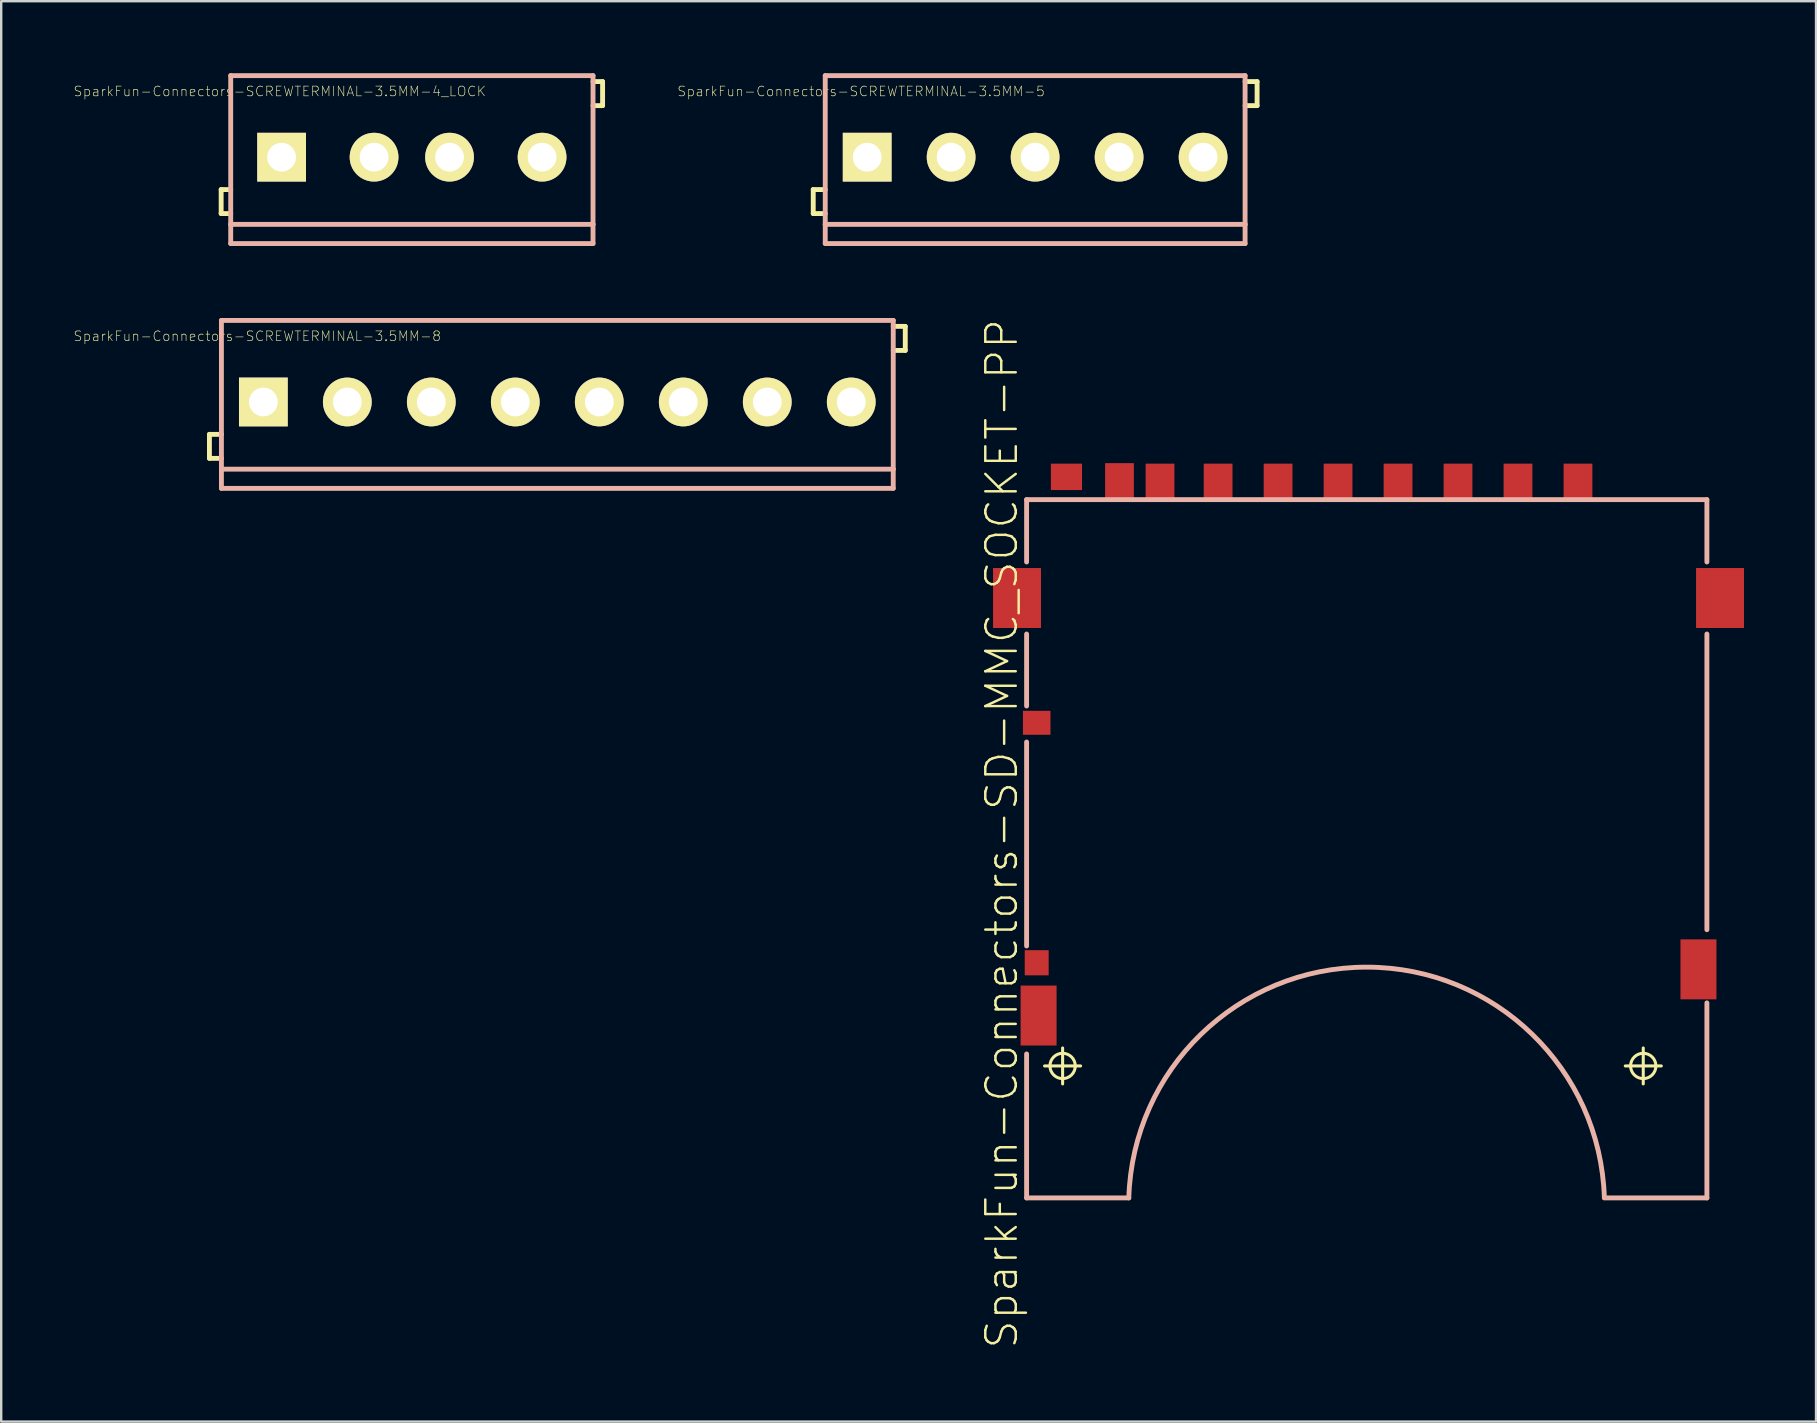
<source format=kicad_pcb>
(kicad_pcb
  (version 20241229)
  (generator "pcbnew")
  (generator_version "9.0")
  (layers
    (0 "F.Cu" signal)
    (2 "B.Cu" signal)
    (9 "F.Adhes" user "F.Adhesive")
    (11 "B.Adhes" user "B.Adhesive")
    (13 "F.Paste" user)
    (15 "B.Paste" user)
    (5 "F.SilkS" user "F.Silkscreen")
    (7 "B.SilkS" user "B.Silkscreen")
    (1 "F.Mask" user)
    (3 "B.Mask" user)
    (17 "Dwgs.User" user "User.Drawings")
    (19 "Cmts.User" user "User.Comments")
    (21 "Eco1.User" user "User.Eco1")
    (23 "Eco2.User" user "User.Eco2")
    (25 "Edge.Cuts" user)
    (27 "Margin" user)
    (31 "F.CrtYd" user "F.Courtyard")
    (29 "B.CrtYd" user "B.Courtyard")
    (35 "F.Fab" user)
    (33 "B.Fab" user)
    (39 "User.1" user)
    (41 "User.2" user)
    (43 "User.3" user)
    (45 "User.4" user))
  (footprint "SparkFun-Connectors-SCREWTERMINAL-3.5MM-8"
    (layer "F.Cu")
    (at 7.925 13.701)
    (property "Reference" "SparkFun-Connectors-SCREWTERMINAL-3.5MM-8" (at -0.254 -2.743 0) (layer "F.SilkS") (effects (font (size 0.406 0.406) (thickness 0.025))))
    (attr exclude_from_pos_files exclude_from_bom)
    (fp_line (start -2.248 1.349) (end -2.248 2.349) (stroke (width 0.203) (type solid)) (layer "F.SilkS"))
    (fp_line (start -2.248 2.349) (end -1.748 2.349) (stroke (width 0.203) (type solid)) (layer "F.SilkS"))
    (fp_line (start -1.748 1.349) (end -2.248 1.349) (stroke (width 0.203) (type solid)) (layer "F.SilkS"))
    (fp_line (start 26.248 -3.15) (end 26.749 -3.15) (stroke (width 0.203) (type solid)) (layer "F.SilkS"))
    (fp_line (start 26.749 -3.15) (end 26.749 -2.149) (stroke (width 0.203) (type solid)) (layer "F.SilkS"))
    (fp_line (start 26.749 -2.149) (end 26.248 -2.149) (stroke (width 0.203) (type solid)) (layer "F.SilkS"))
    (fp_line (start -1.748 -3.399) (end 26.248 -3.399) (stroke (width 0.203) (type solid)) (layer "B.SilkS"))
    (fp_line (start -1.748 2.799) (end -1.748 -3.399) (stroke (width 0.203) (type solid)) (layer "B.SilkS"))
    (fp_line (start -1.748 3.599) (end -1.748 2.799) (stroke (width 0.203) (type solid)) (layer "B.SilkS"))
    (fp_line (start 26.248 -3.399) (end 26.248 2.799) (stroke (width 0.203) (type solid)) (layer "B.SilkS"))
    (fp_line (start 26.248 2.799) (end -1.748 2.799) (stroke (width 0.203) (type solid)) (layer "B.SilkS"))
    (fp_line (start 26.248 2.799) (end 26.248 3.599) (stroke (width 0.203) (type solid)) (layer "B.SilkS"))
    (fp_line (start 26.248 3.599) (end -1.748 3.599) (stroke (width 0.203) (type solid)) (layer "B.SilkS"))
    (pad "1" thru_hole rect (at 0 0) (size 2.032 2.032) (drill 1.199) (layers "*.Cu" "F.Mask" "F.SilkS" "F.Paste"))
    (pad "2" thru_hole circle (at 3.498 0) (size 2.032 2.032) (drill 1.199) (layers "*.Cu" "F.Mask" "F.SilkS" "F.Paste"))
    (pad "3" thru_hole circle (at 6.998 0) (size 2.032 2.032) (drill 1.199) (layers "*.Cu" "F.Mask" "F.SilkS" "F.Paste"))
    (pad "4" thru_hole circle (at 10.498 0) (size 2.032 2.032) (drill 1.199) (layers "*.Cu" "F.Mask" "F.SilkS" "F.Paste"))
    (pad "5" thru_hole circle (at 13.998 0) (size 2.032 2.032) (drill 1.199) (layers "*.Cu" "F.Mask" "F.SilkS" "F.Paste"))
    (pad "6" thru_hole circle (at 17.498 0) (size 2.032 2.032) (drill 1.199) (layers "*.Cu" "F.Mask" "F.SilkS" "F.Paste"))
    (pad "7" thru_hole circle (at 20.998 0) (size 2.032 2.032) (drill 1.199) (layers "*.Cu" "F.Mask" "F.SilkS" "F.Paste"))
    (pad "8" thru_hole circle (at 24.498 0) (size 2.032 2.032) (drill 1.199) (layers "*.Cu" "F.Mask" "F.SilkS" "F.Paste")))
  (footprint "SparkFun-Connectors-SCREWTERMINAL-3.5MM-5"
    (layer "F.Cu")
    (at 33.087 3.5)
    (property "Reference" "SparkFun-Connectors-SCREWTERMINAL-3.5MM-5" (at -0.254 -2.743 0) (layer "F.SilkS") (effects (font (size 0.406 0.406) (thickness 0.025))))
    (attr exclude_from_pos_files exclude_from_bom)
    (fp_line (start -2.248 1.349) (end -2.248 2.349) (stroke (width 0.203) (type solid)) (layer "F.SilkS"))
    (fp_line (start -2.248 2.349) (end -1.748 2.349) (stroke (width 0.203) (type solid)) (layer "F.SilkS"))
    (fp_line (start -1.748 1.349) (end -2.248 1.349) (stroke (width 0.203) (type solid)) (layer "F.SilkS"))
    (fp_line (start 15.748 -3.15) (end 16.248 -3.15) (stroke (width 0.203) (type solid)) (layer "F.SilkS"))
    (fp_line (start 16.248 -3.15) (end 16.248 -2.149) (stroke (width 0.203) (type solid)) (layer "F.SilkS"))
    (fp_line (start 16.248 -2.149) (end 15.748 -2.149) (stroke (width 0.203) (type solid)) (layer "F.SilkS"))
    (fp_line (start -1.748 -3.399) (end 15.748 -3.399) (stroke (width 0.203) (type solid)) (layer "B.SilkS"))
    (fp_line (start -1.748 2.799) (end -1.748 -3.399) (stroke (width 0.203) (type solid)) (layer "B.SilkS"))
    (fp_line (start -1.748 3.599) (end -1.748 2.799) (stroke (width 0.203) (type solid)) (layer "B.SilkS"))
    (fp_line (start 15.748 -3.399) (end 15.748 2.799) (stroke (width 0.203) (type solid)) (layer "B.SilkS"))
    (fp_line (start 15.748 2.799) (end -1.748 2.799) (stroke (width 0.203) (type solid)) (layer "B.SilkS"))
    (fp_line (start 15.748 2.799) (end 15.748 3.599) (stroke (width 0.203) (type solid)) (layer "B.SilkS"))
    (fp_line (start 15.748 3.599) (end -1.748 3.599) (stroke (width 0.203) (type solid)) (layer "B.SilkS"))
    (pad "1" thru_hole rect (at 0 0) (size 2.032 2.032) (drill 1.199) (layers "*.Cu" "F.Mask" "F.SilkS" "F.Paste"))
    (pad "2" thru_hole circle (at 3.498 0) (size 2.032 2.032) (drill 1.199) (layers "*.Cu" "F.Mask" "F.SilkS" "F.Paste"))
    (pad "3" thru_hole circle (at 6.998 0) (size 2.032 2.032) (drill 1.199) (layers "*.Cu" "F.Mask" "F.SilkS" "F.Paste"))
    (pad "4" thru_hole circle (at 10.498 0) (size 2.032 2.032) (drill 1.199) (layers "*.Cu" "F.Mask" "F.SilkS" "F.Paste"))
    (pad "5" thru_hole circle (at 13.998 0) (size 2.032 2.032) (drill 1.199) (layers "*.Cu" "F.Mask" "F.SilkS" "F.Paste")))
  (footprint "SparkFun-Connectors-SD-MMC_SOCKET-PP"
    (layer "F.Cu")
    (at 53.329 46.869)
    (property "Reference" "SparkFun-Connectors-SD-MMC_SOCKET-PP" (at -14.633 -15.174 90) (layer "F.SilkS") (effects (font (size 1.27 1.27) (thickness 0.102))))
    (attr smd)
    (fp_line (start -12.85 -5.499) (end -11.349 -5.499) (stroke (width 0.127) (type solid)) (layer "F.SilkS"))
    (fp_line (start -12.098 -4.75) (end -12.098 -6.248) (stroke (width 0.127) (type solid)) (layer "F.SilkS"))
    (fp_line (start 11.349 -5.499) (end 12.85 -5.499) (stroke (width 0.127) (type solid)) (layer "F.SilkS"))
    (fp_line (start 12.098 -4.75) (end 12.098 -6.248) (stroke (width 0.127) (type solid)) (layer "F.SilkS"))
    (fp_circle (center -12.098 -5.499) (end -12.471 -5.872) (stroke (width 0.127) (type solid)) (fill no) (layer "F.SilkS"))
    (fp_circle (center 12.098 -5.499) (end 12.471 -5.872) (stroke (width 0.127) (type solid)) (fill no) (layer "F.SilkS"))
    (fp_line (start -13.599 -29.098) (end 14.75 -29.098) (stroke (width 0.203) (type solid)) (layer "B.SilkS"))
    (fp_line (start -13.599 -26.5) (end -13.599 -29.098) (stroke (width 0.203) (type solid)) (layer "B.SilkS"))
    (fp_line (start -13.599 -20.498) (end -13.599 -23.498) (stroke (width 0.203) (type solid)) (layer "B.SilkS"))
    (fp_line (start -13.599 -10.498) (end -13.599 -18.999) (stroke (width 0.203) (type solid)) (layer "B.SilkS"))
    (fp_line (start -13.599 -5.999) (end -13.599 0) (stroke (width 0.203) (type solid)) (layer "B.SilkS"))
    (fp_line (start -13.599 0) (end -9.34 0) (stroke (width 0.203) (type solid)) (layer "B.SilkS"))
    (fp_line (start 10.477 0) (end 14.75 0) (stroke (width 0.203) (type solid)) (layer "B.SilkS"))
    (fp_line (start 14.75 -29.098) (end 14.75 -26.5) (stroke (width 0.203) (type solid)) (layer "B.SilkS"))
    (fp_line (start 14.75 -11.176) (end 14.75 -23.498) (stroke (width 0.203) (type solid)) (layer "B.SilkS"))
    (fp_line (start 14.75 0) (end 14.75 -8.128) (stroke (width 0.203) (type solid)) (layer "B.SilkS"))
    (fp_arc (start -9.33958 0) (mid 0.563409 -9.615814) (end 10.477161 -0.011096) (stroke (width 0.2032) (type solid)) (layer "B.SilkS"))
    (pad "1" smd rect (at 6.878 -29.848) (size 1.199 1.499) (layers "F.Cu" "F.Mask" "F.Paste"))
    (pad "2" smd rect (at 4.379 -29.848) (size 1.199 1.499) (layers "F.Cu" "F.Mask" "F.Paste"))
    (pad "3" smd rect (at 1.88 -29.848) (size 1.199 1.499) (layers "F.Cu" "F.Mask" "F.Paste"))
    (pad "4" smd rect (at -0.62 -29.848) (size 1.199 1.499) (layers "F.Cu" "F.Mask" "F.Paste"))
    (pad "5" smd rect (at -3.119 -29.848) (size 1.199 1.499) (layers "F.Cu" "F.Mask" "F.Paste"))
    (pad "6" smd rect (at -5.618 -29.848) (size 1.199 1.499) (layers "F.Cu" "F.Mask" "F.Paste"))
    (pad "7" smd rect (at -8.039 -29.848) (size 1.199 1.499) (layers "F.Cu" "F.Mask" "F.Paste"))
    (pad "8" smd rect (at -9.728 -29.87) (size 1.199 1.499) (layers "F.Cu" "F.Mask" "F.Paste"))
    (pad "9" smd rect (at 9.378 -29.848) (size 1.199 1.499) (layers "F.Cu" "F.Mask" "F.Paste"))
    (pad "12" smd rect (at -13.099 -7.6) (size 1.499 2.499) (layers "F.Cu" "F.Mask" "F.Paste"))
    (pad "13" smd rect (at 14.399 -9.525) (size 1.499 2.499) (layers "F.Cu" "F.Mask" "F.Paste"))
    (pad "14" smd rect (at -13.998 -24.999) (size 1.999 2.499) (layers "F.Cu" "F.Mask" "F.Paste"))
    (pad "15" smd rect (at 15.298 -24.999) (size 1.999 2.499) (layers "F.Cu" "F.Mask" "F.Paste"))
    (pad "CD" smd rect (at -13.178 -19.799) (size 1.148 0.998) (layers "F.Cu" "F.Mask" "F.Paste"))
    (pad "SW" smd rect (at -11.938 -30.048) (size 1.298 1.1) (layers "F.Cu" "F.Mask" "F.Paste"))
    (pad "WP" smd rect (at -13.178 -9.799) (size 0.998 1.049) (layers "F.Cu" "F.Mask" "F.Paste")))
  (footprint "SparkFun-Connectors-SCREWTERMINAL-3.5MM-4_LOCK"
    (layer "F.Cu")
    (at 8.863 3.5)
    (property "Reference" "SparkFun-Connectors-SCREWTERMINAL-3.5MM-4_LOCK" (at -0.254 -2.743 0) (layer "F.SilkS") (effects (font (size 0.406 0.406) (thickness 0.025))))
    (attr exclude_from_pos_files exclude_from_bom)
    (fp_line (start -2.697 1.349) (end -2.697 2.349) (stroke (width 0.203) (type solid)) (layer "F.SilkS"))
    (fp_line (start -2.697 2.349) (end -2.299 2.349) (stroke (width 0.203) (type solid)) (layer "F.SilkS"))
    (fp_line (start -2.299 1.349) (end -2.697 1.349) (stroke (width 0.203) (type solid)) (layer "F.SilkS"))
    (fp_line (start 12.799 -3.15) (end 13.198 -3.15) (stroke (width 0.203) (type solid)) (layer "F.SilkS"))
    (fp_line (start 13.198 -3.15) (end 13.198 -2.149) (stroke (width 0.203) (type solid)) (layer "F.SilkS"))
    (fp_line (start 13.198 -2.149) (end 12.799 -2.149) (stroke (width 0.203) (type solid)) (layer "F.SilkS"))
    (fp_circle (center 0 0) (end -0.211 0.211) (stroke (width 0) (type solid)) (fill yes) (layer "F.SilkS"))
    (fp_circle (center 3.498 0) (end 3.708 0.211) (stroke (width 0) (type solid)) (fill yes) (layer "F.SilkS"))
    (fp_circle (center 6.998 0) (end 7.209 0.211) (stroke (width 0) (type solid)) (fill yes) (layer "F.SilkS"))
    (fp_circle (center 10.498 0) (end 10.709 0.211) (stroke (width 0) (type solid)) (fill yes) (layer "F.SilkS"))
    (fp_line (start -2.299 -3.399) (end 12.799 -3.399) (stroke (width 0.203) (type solid)) (layer "B.SilkS"))
    (fp_line (start -2.299 2.799) (end -2.299 -3.399) (stroke (width 0.203) (type solid)) (layer "B.SilkS"))
    (fp_line (start -2.299 3.599) (end -2.299 2.799) (stroke (width 0.203) (type solid)) (layer "B.SilkS"))
    (fp_line (start 12.799 -3.399) (end 12.799 2.799) (stroke (width 0.203) (type solid)) (layer "B.SilkS"))
    (fp_line (start 12.799 2.799) (end -2.299 2.799) (stroke (width 0.203) (type solid)) (layer "B.SilkS"))
    (fp_line (start 12.799 2.799) (end 12.799 3.599) (stroke (width 0.203) (type solid)) (layer "B.SilkS"))
    (fp_line (start 12.799 3.599) (end -2.299 3.599) (stroke (width 0.203) (type solid)) (layer "B.SilkS"))
    (pad "1" thru_hole rect (at -0.178 0) (size 2.032 2.032) (drill 1.199) (layers "*.Cu" "F.Mask" "F.SilkS" "F.Paste"))
    (pad "2" thru_hole circle (at 3.675 0) (size 2.032 2.032) (drill 1.199) (layers "*.Cu" "F.Mask" "F.SilkS" "F.Paste"))
    (pad "3" thru_hole circle (at 6.82 0) (size 2.032 2.032) (drill 1.199) (layers "*.Cu" "F.Mask" "F.SilkS" "F.Paste"))
    (pad "4" thru_hole circle (at 10.676 0) (size 2.032 2.032) (drill 1.199) (layers "*.Cu" "F.Mask" "F.SilkS" "F.Paste")))
  (gr_rect
    (start -3 -3)
    (end 72.627 56.19)
    (stroke (width 0.1) (type default))
    (fill no)
    (layer "Edge.Cuts")))
</source>
